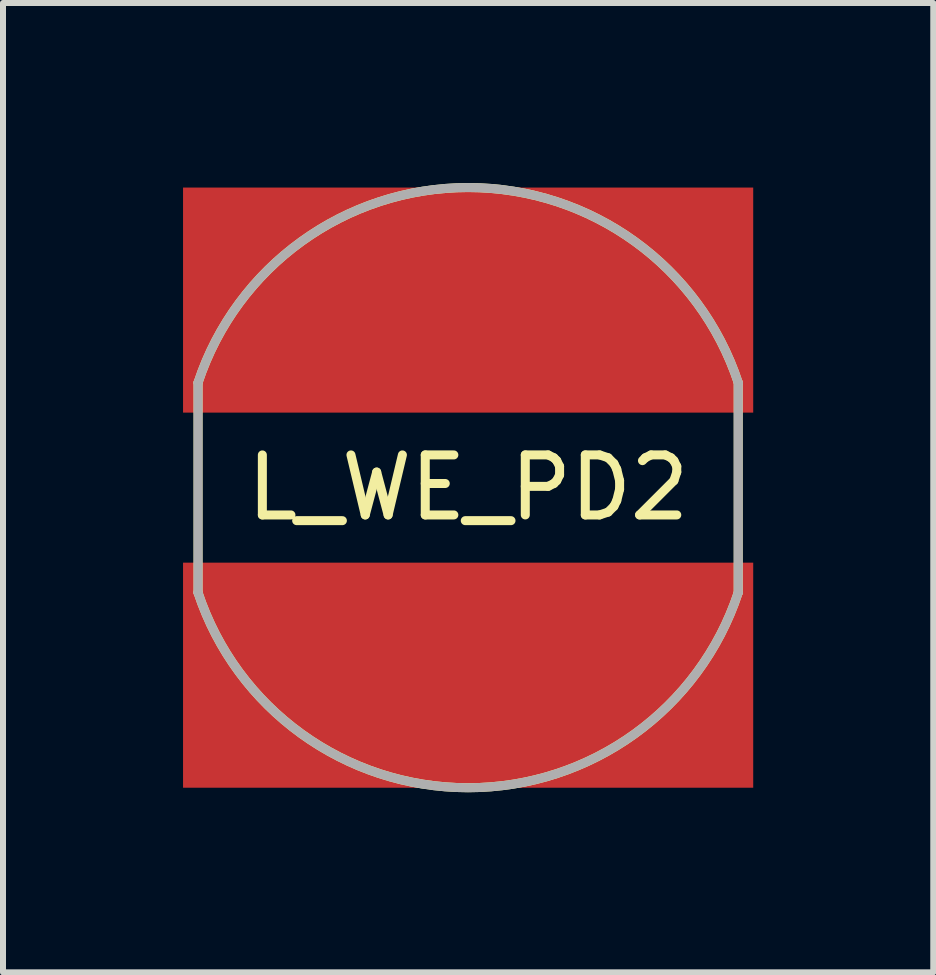
<source format=kicad_pcb>
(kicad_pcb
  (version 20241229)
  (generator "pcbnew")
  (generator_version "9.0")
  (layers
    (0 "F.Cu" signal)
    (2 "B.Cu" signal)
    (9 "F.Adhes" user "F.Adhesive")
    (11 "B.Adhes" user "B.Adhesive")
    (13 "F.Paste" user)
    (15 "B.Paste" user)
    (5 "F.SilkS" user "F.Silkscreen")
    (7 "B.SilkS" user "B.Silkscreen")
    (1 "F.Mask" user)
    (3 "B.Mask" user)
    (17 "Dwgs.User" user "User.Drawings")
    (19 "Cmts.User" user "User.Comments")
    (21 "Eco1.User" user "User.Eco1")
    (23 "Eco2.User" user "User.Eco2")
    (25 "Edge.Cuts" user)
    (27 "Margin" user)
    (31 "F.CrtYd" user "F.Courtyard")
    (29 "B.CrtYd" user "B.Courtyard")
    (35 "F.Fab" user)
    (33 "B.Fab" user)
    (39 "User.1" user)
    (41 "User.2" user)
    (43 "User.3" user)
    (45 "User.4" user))
  (footprint "L_WE_PD2"
    (layer "F.Cu")
    (at 4.75 5.075)
    (property "Reference" "L_WE_PD2" (at 0 0 0) (layer "F.SilkS") (effects (font (size 1 1) (thickness 0.15))))
    (attr through_hole)
    (fp_line (start -4.5 -1.75) (end -4.5 1.75) (stroke (width 0.15) (type solid)) (layer "F.SilkS"))
    (fp_line (start 4.5 -1.75) (end 4.5 1.75) (stroke (width 0.15) (type solid)) (layer "F.SilkS"))
    (fp_arc (start -4.5 -1.75) (mid 0.001678 -5.000263) (end 4.501054 -1.746814) (stroke (width 0.15) (type solid)) (layer "F.SilkS"))
    (fp_arc (start 4.5 1.75) (mid -0.001678 5.000263) (end -4.501054 1.746814) (stroke (width 0.15) (type solid)) (layer "F.SilkS"))
    (fp_line (start -4.5 -1.75) (end -4.5 1.75) (stroke (width 0.15) (type solid)) (layer "F.Fab"))
    (fp_line (start 4.5 -1.75) (end 4.5 1.75) (stroke (width 0.15) (type solid)) (layer "F.Fab"))
    (fp_arc (start -4.5 -1.75) (mid 0.001678 -5.000263) (end 4.501054 -1.746814) (stroke (width 0.15) (type solid)) (layer "F.Fab"))
    (fp_arc (start 4.5 1.75) (mid -0.001678 5.000263) (end -4.501054 1.746814) (stroke (width 0.15) (type solid)) (layer "F.Fab"))
    (pad "1" smd rect (at 0 3.125) (size 9.5 3.75) (layers "F.Cu" "F.Mask" "F.Paste"))
    (pad "2" smd rect (at 0 -3.125) (size 9.5 3.75) (layers "F.Cu" "F.Mask" "F.Paste")))
  (gr_rect
    (start -3 -3)
    (end 12.5 13.151)
    (stroke (width 0.1) (type default))
    (fill no)
    (layer "Edge.Cuts")))
</source>
